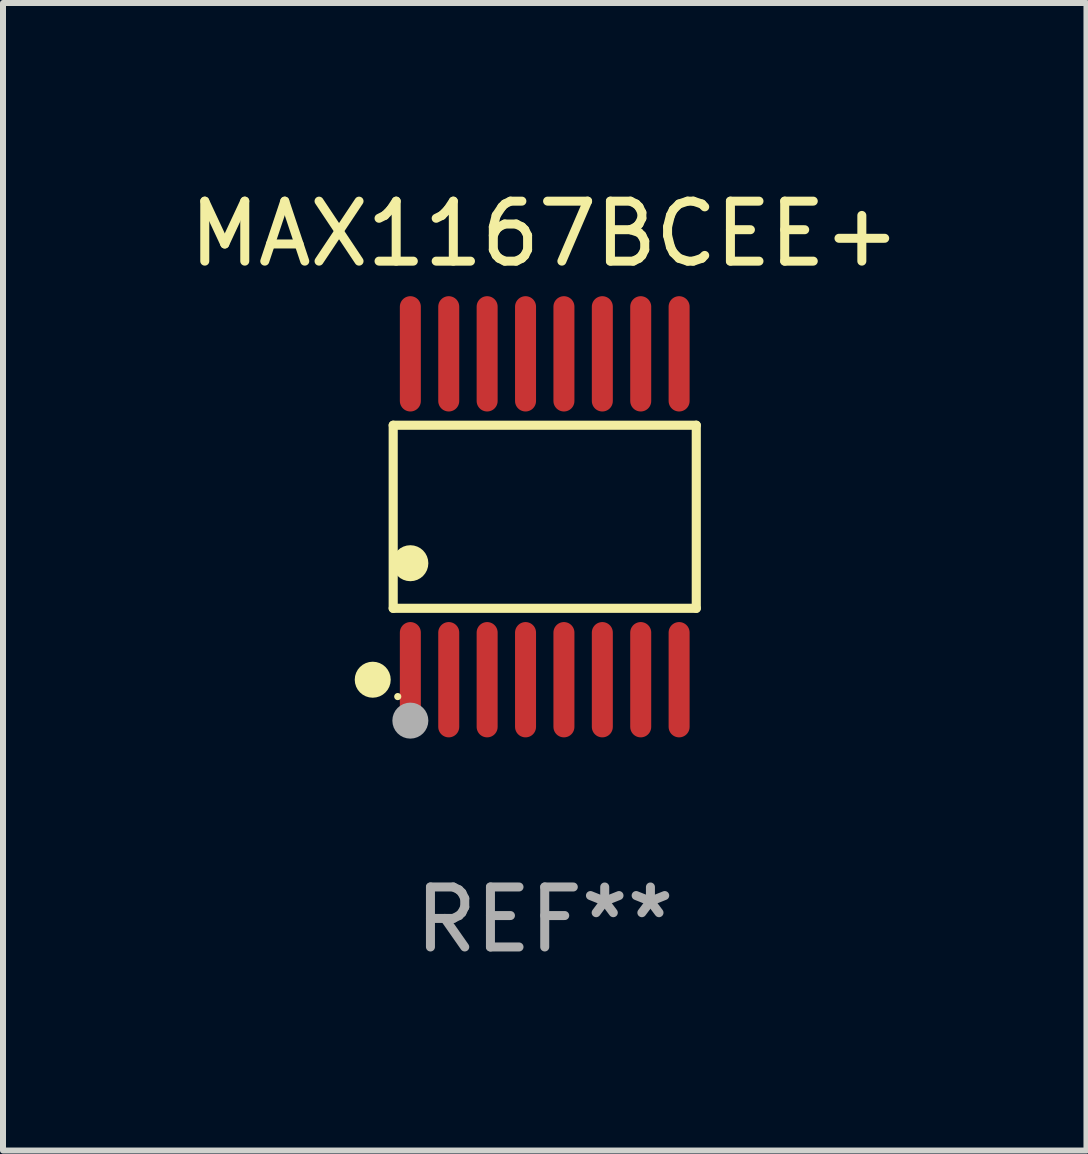
<source format=kicad_pcb>
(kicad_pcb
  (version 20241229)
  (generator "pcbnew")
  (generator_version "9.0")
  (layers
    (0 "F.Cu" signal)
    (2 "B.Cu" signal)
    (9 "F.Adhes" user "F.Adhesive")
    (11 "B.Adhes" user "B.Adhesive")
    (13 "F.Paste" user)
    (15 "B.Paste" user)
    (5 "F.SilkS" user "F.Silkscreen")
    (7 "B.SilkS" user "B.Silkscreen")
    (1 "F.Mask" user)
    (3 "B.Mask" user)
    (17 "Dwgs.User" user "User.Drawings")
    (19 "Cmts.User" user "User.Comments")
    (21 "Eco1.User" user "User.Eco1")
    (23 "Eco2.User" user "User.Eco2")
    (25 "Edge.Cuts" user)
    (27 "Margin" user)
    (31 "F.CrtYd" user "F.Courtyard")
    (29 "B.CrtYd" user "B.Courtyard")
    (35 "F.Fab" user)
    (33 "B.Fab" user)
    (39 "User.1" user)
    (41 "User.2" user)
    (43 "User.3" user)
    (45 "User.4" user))
  (footprint "MAX1167BCEE+"
    (layer "F.Cu")
    (at 6.03 5.564)
    (property "Reference" "MAX1167BCEE+" (at 0 -4.716 0) (layer "F.SilkS") (effects (font (size 1 1) (thickness 0.15))))
    (attr through_hole)
    (fp_line (start -2.526 -1.526) (end 2.526 -1.526) (stroke (width 0.152) (type solid)) (layer "F.SilkS"))
    (fp_line (start -2.526 1.526) (end -2.526 -1.526) (stroke (width 0.152) (type solid)) (layer "F.SilkS"))
    (fp_line (start 2.526 -1.526) (end 2.526 1.526) (stroke (width 0.152) (type solid)) (layer "F.SilkS"))
    (fp_line (start 2.526 1.526) (end -2.526 1.526) (stroke (width 0.152) (type solid)) (layer "F.SilkS"))
    (fp_circle (center -2.867 2.716) (end -2.717 2.716) (stroke (width 0.3) (type solid)) (fill no) (layer "F.SilkS"))
    (fp_circle (center -2.45 2.997) (end -2.42 2.997) (stroke (width 0.06) (type solid)) (fill no) (layer "F.SilkS"))
    (fp_circle (center -2.24 0.774) (end -2.09 0.774) (stroke (width 0.3) (type solid)) (fill no) (layer "F.SilkS"))
    (fp_circle (center -2.24 3.398) (end -2.09 3.398) (stroke (width 0.3) (type solid)) (fill no) (layer "F.Fab"))
    (fp_text user "REF**" (at 0 6.716 0) (layer "F.Fab") (effects (font (size 1 1) (thickness 0.15))))
    (pad "1" smd oval (at -2.24 2.716) (size 0.35 1.922) (layers "F.Cu" "F.Mask" "F.Paste"))
    (pad "2" smd oval (at -1.6 2.716) (size 0.35 1.922) (layers "F.Cu" "F.Mask" "F.Paste"))
    (pad "3" smd oval (at -0.96 2.716) (size 0.35 1.922) (layers "F.Cu" "F.Mask" "F.Paste"))
    (pad "4" smd oval (at -0.32 2.716) (size 0.35 1.922) (layers "F.Cu" "F.Mask" "F.Paste"))
    (pad "5" smd oval (at 0.32 2.716) (size 0.35 1.922) (layers "F.Cu" "F.Mask" "F.Paste"))
    (pad "6" smd oval (at 0.96 2.716) (size 0.35 1.922) (layers "F.Cu" "F.Mask" "F.Paste"))
    (pad "7" smd oval (at 1.6 2.716) (size 0.35 1.922) (layers "F.Cu" "F.Mask" "F.Paste"))
    (pad "8" smd oval (at 2.24 2.716) (size 0.35 1.922) (layers "F.Cu" "F.Mask" "F.Paste"))
    (pad "9" smd oval (at 2.24 -2.716) (size 0.35 1.922) (layers "F.Cu" "F.Mask" "F.Paste"))
    (pad "10" smd oval (at 1.6 -2.716) (size 0.35 1.922) (layers "F.Cu" "F.Mask" "F.Paste"))
    (pad "11" smd oval (at 0.96 -2.716) (size 0.35 1.922) (layers "F.Cu" "F.Mask" "F.Paste"))
    (pad "12" smd oval (at 0.32 -2.716) (size 0.35 1.922) (layers "F.Cu" "F.Mask" "F.Paste"))
    (pad "13" smd oval (at -0.32 -2.716) (size 0.35 1.922) (layers "F.Cu" "F.Mask" "F.Paste"))
    (pad "14" smd oval (at -0.96 -2.716) (size 0.35 1.922) (layers "F.Cu" "F.Mask" "F.Paste"))
    (pad "15" smd oval (at -1.6 -2.716) (size 0.35 1.922) (layers "F.Cu" "F.Mask" "F.Paste"))
    (pad "16" smd oval (at -2.24 -2.716) (size 0.35 1.922) (layers "F.Cu" "F.Mask" "F.Paste")))
  (gr_rect
    (start -3 -3)
    (end 15.06 16.128)
    (stroke (width 0.1) (type default))
    (fill no)
    (layer "Edge.Cuts")))
</source>
